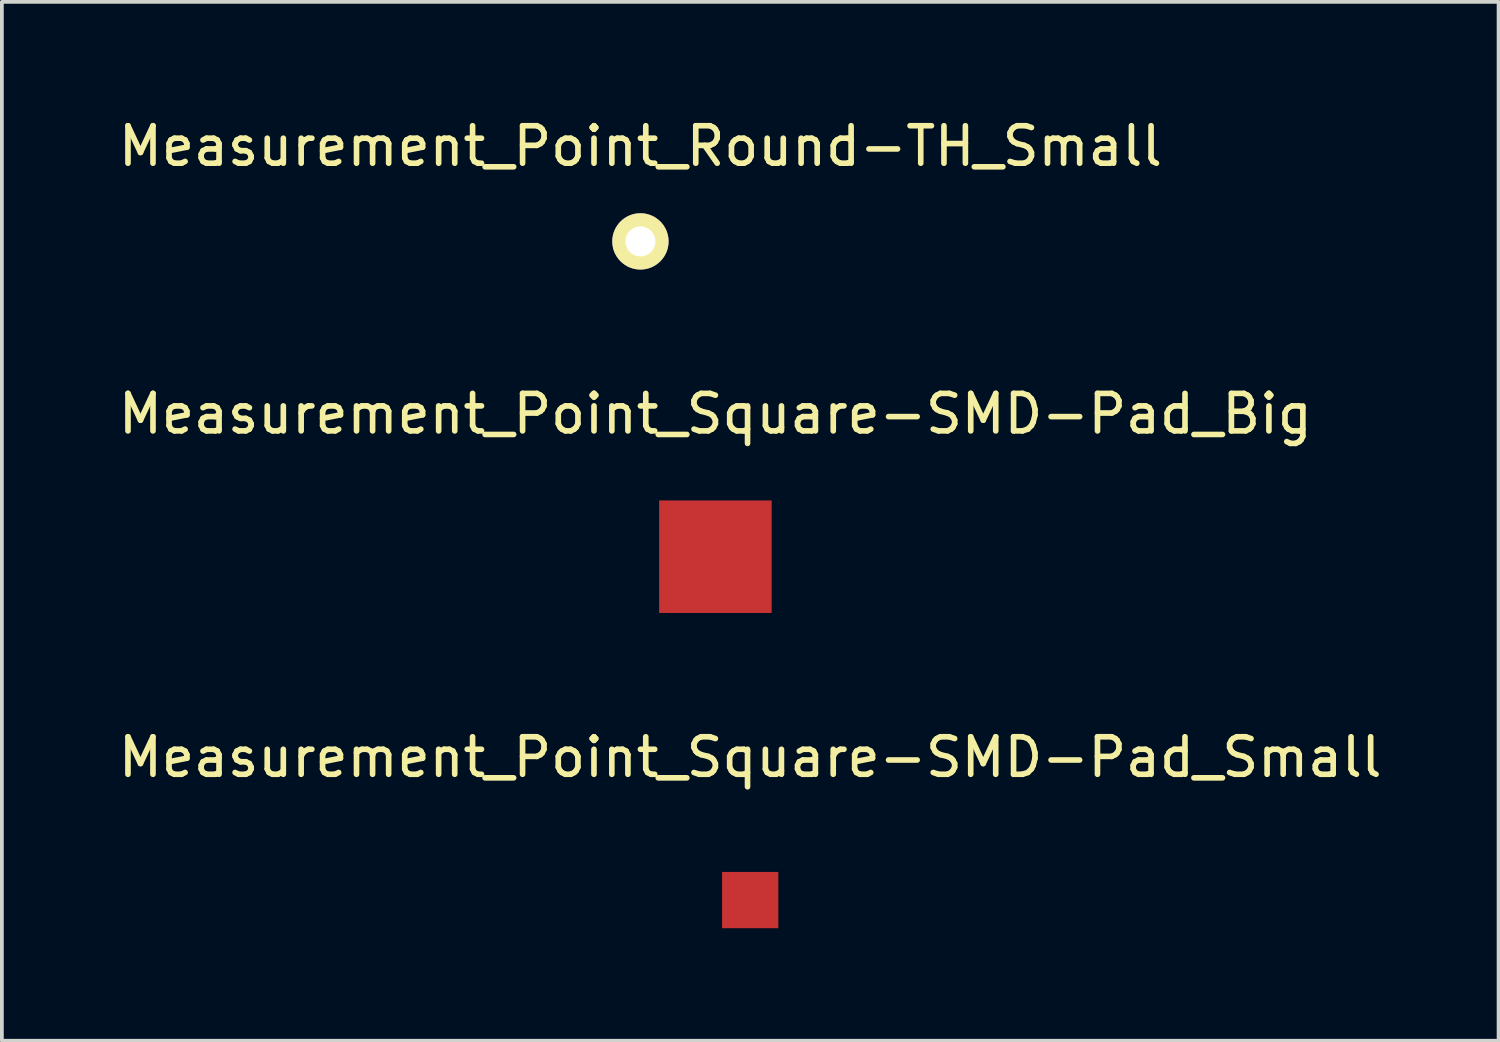
<source format=kicad_pcb>
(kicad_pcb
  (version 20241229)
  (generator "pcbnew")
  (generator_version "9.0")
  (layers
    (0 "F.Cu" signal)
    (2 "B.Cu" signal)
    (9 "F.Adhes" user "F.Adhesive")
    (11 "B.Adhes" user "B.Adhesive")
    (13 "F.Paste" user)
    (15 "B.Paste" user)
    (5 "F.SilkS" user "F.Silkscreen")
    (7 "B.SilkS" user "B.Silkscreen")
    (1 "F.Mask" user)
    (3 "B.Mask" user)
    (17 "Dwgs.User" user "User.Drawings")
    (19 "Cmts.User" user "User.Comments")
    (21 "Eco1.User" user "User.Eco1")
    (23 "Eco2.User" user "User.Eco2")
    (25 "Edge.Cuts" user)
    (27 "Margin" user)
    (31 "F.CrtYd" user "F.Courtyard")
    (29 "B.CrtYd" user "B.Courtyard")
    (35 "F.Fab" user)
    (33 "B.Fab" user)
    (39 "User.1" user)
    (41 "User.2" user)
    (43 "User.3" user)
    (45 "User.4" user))
  (footprint "Measurement_Point_Square-SMD-Pad_Small"
    (layer "F.Cu")
    (at 16.958 20.955)
    (property "Reference" "Measurement_Point_Square-SMD-Pad_Small" (at 0 -3.81 0) (layer "F.SilkS") (effects (font (size 1 1) (thickness 0.15))))
    (attr through_hole)
    (pad "1" smd rect (at 0 0) (size 1.501 1.501) (layers "F.Cu" "F.Mask" "F.Paste")))
  (footprint "Measurement_Point_Round-TH_Small"
    (layer "F.Cu")
    (at 14.03 3.388)
    (property "Reference" "Measurement_Point_Round-TH_Small" (at 0 -2.54 0) (layer "F.SilkS") (effects (font (size 1 1) (thickness 0.15))))
    (attr through_hole)
    (pad "1" thru_hole circle (at 0 0) (size 1.501 1.501) (drill 0.8) (layers "*.Cu" "*.Mask" "F.SilkS")))
  (footprint "Measurement_Point_Square-SMD-Pad_Big"
    (layer "F.Cu")
    (at 16.03 11.797)
    (property "Reference" "Measurement_Point_Square-SMD-Pad_Big" (at 0 -3.81 0) (layer "F.SilkS") (effects (font (size 1 1) (thickness 0.15))))
    (attr through_hole)
    (pad "1" smd rect (at 0 0) (size 3 3) (layers "F.Cu" "F.Mask" "F.Paste")))
  (gr_rect
    (start -3 -3)
    (end 36.917 24.706)
    (stroke (width 0.1) (type default))
    (fill no)
    (layer "Edge.Cuts")))
</source>
